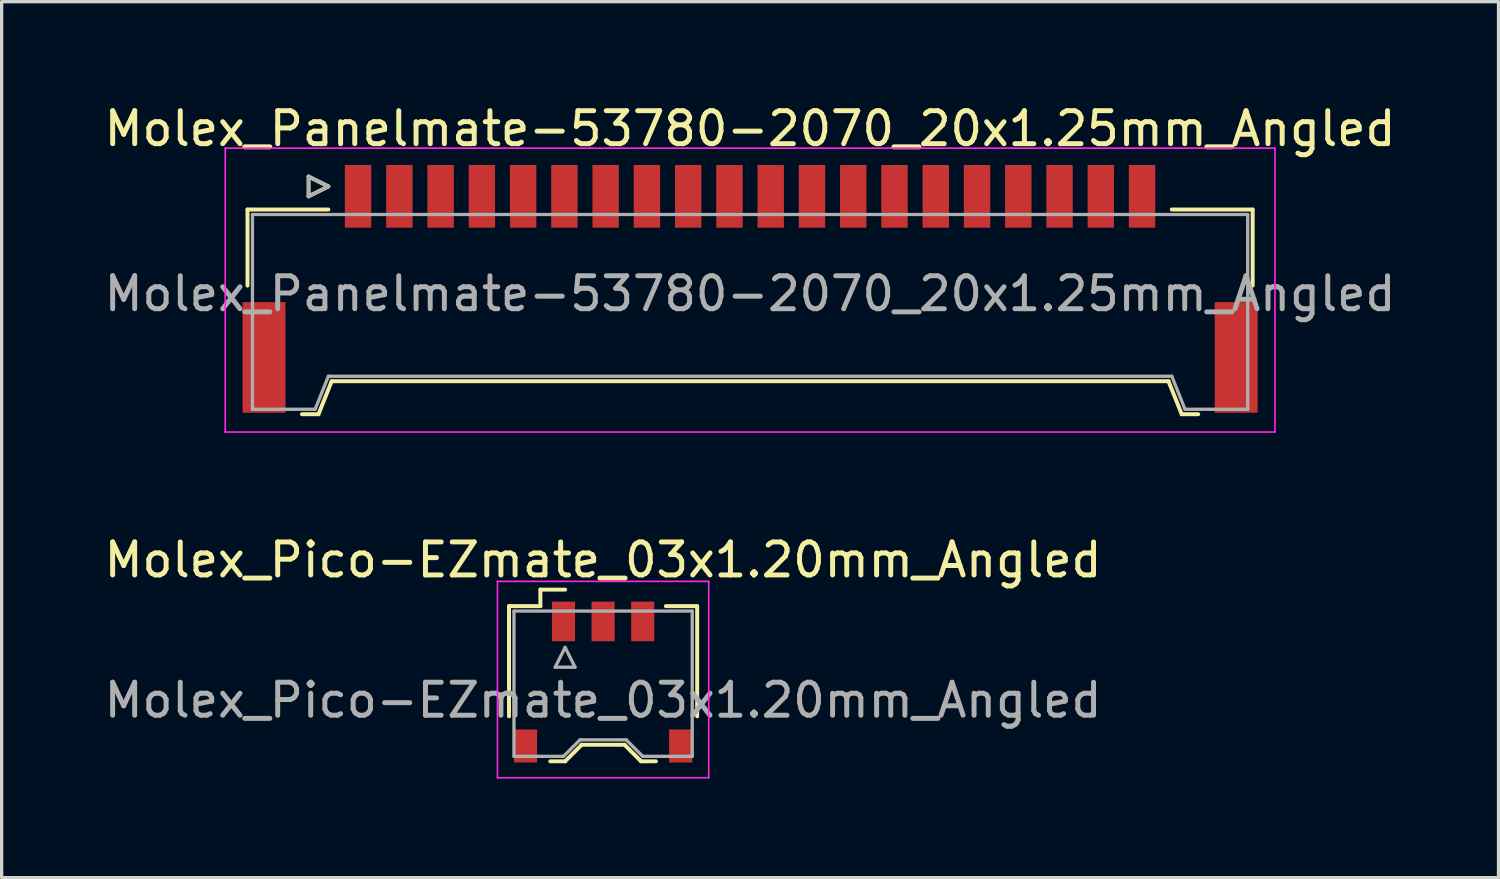
<source format=kicad_pcb>
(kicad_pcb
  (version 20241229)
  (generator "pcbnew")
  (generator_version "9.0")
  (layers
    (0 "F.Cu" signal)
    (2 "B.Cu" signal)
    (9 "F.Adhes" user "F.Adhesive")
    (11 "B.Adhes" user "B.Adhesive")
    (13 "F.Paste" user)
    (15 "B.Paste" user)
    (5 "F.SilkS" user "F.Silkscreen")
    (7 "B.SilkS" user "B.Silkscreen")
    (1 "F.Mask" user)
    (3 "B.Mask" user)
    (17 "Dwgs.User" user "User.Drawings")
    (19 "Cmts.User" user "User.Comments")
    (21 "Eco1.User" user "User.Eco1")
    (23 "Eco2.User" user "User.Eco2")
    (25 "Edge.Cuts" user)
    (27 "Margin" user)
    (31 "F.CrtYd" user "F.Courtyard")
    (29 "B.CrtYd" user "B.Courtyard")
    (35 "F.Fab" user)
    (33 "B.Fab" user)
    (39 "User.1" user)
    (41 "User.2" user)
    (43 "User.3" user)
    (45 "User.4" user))
  (footprint "Molex_Pico-EZmate_03x1.20mm_Angled"
    (layer "F.Cu")
    (at 15.22 17.662)
    (property "Reference" "Molex_Pico-EZmate_03x1.20mm_Angled" (at 0 -3.75 0) (layer "F.SilkS") (effects (font (size 1 1) (thickness 0.15))))
    (attr smd)
    (fp_line (start -2.85 -2.35) (end -2.85 0.988) (stroke (width 0.12) (type solid)) (layer "F.SilkS"))
    (fp_line (start -1.9 -2.85) (end -1.15 -2.85) (stroke (width 0.12) (type solid)) (layer "F.SilkS"))
    (fp_line (start -1.9 -2.35) (end -2.85 -2.35) (stroke (width 0.12) (type solid)) (layer "F.SilkS"))
    (fp_line (start -1.9 -2.35) (end -1.9 -2.85) (stroke (width 0.12) (type solid)) (layer "F.SilkS"))
    (fp_line (start -1.6 2.35) (end -1.15 2.35) (stroke (width 0.12) (type solid)) (layer "F.SilkS"))
    (fp_line (start -1.15 2.35) (end -0.65 1.85) (stroke (width 0.12) (type solid)) (layer "F.SilkS"))
    (fp_line (start -0.65 1.85) (end 0.65 1.85) (stroke (width 0.12) (type solid)) (layer "F.SilkS"))
    (fp_line (start 0.65 1.85) (end 1.15 2.35) (stroke (width 0.12) (type solid)) (layer "F.SilkS"))
    (fp_line (start 1.15 2.35) (end 1.6 2.35) (stroke (width 0.12) (type solid)) (layer "F.SilkS"))
    (fp_line (start 1.9 -2.35) (end 2.85 -2.35) (stroke (width 0.12) (type solid)) (layer "F.SilkS"))
    (fp_line (start 2.85 -2.35) (end 2.85 0.988) (stroke (width 0.12) (type solid)) (layer "F.SilkS"))
    (fp_line (start -3.2 -3.1) (end -3.2 2.85) (stroke (width 0.05) (type solid)) (layer "F.CrtYd"))
    (fp_line (start -3.2 2.85) (end 3.2 2.85) (stroke (width 0.05) (type solid)) (layer "F.CrtYd"))
    (fp_line (start 3.2 -3.1) (end -3.2 -3.1) (stroke (width 0.05) (type solid)) (layer "F.CrtYd"))
    (fp_line (start 3.2 2.85) (end 3.2 -3.1) (stroke (width 0.05) (type solid)) (layer "F.CrtYd"))
    (fp_line (start -2.7 -2.2) (end -2.7 2.2) (stroke (width 0.1) (type solid)) (layer "F.Fab"))
    (fp_line (start -2.7 2.2) (end -1.2 2.2) (stroke (width 0.1) (type solid)) (layer "F.Fab"))
    (fp_line (start -1.45 -0.5) (end -0.85 -0.5) (stroke (width 0.1) (type solid)) (layer "F.Fab"))
    (fp_line (start -1.2 2.2) (end -0.7 1.7) (stroke (width 0.1) (type solid)) (layer "F.Fab"))
    (fp_line (start -1.15 -1.1) (end -1.45 -0.5) (stroke (width 0.1) (type solid)) (layer "F.Fab"))
    (fp_line (start -0.85 -0.5) (end -1.15 -1.1) (stroke (width 0.1) (type solid)) (layer "F.Fab"))
    (fp_line (start -0.7 1.7) (end 0.7 1.7) (stroke (width 0.1) (type solid)) (layer "F.Fab"))
    (fp_line (start 0.7 1.7) (end 1.2 2.2) (stroke (width 0.1) (type solid)) (layer "F.Fab"))
    (fp_line (start 1.2 2.2) (end 2.7 2.2) (stroke (width 0.1) (type solid)) (layer "F.Fab"))
    (fp_line (start 2.7 -2.2) (end -2.7 -2.2) (stroke (width 0.1) (type solid)) (layer "F.Fab"))
    (fp_line (start 2.7 2.2) (end 2.7 -2.2) (stroke (width 0.1) (type solid)) (layer "F.Fab"))
    (fp_text user "${REFERENCE}" (at 0 0.5 0) (layer "F.Fab") (effects (font (size 1 1) (thickness 0.15))))
    (pad "" smd rect (at -2.35 1.887) (size 0.7 1) (layers "F.Cu" "F.Mask" "F.Paste"))
    (pad "" smd rect (at 2.35 1.887) (size 0.7 1) (layers "F.Cu" "F.Mask" "F.Paste"))
    (pad "1" smd rect (at -1.2 -1.887) (size 0.7 1.2) (layers "F.Cu" "F.Mask" "F.Paste"))
    (pad "2" smd rect (at 0 -1.887) (size 0.7 1.2) (layers "F.Cu" "F.Mask" "F.Paste"))
    (pad "3" smd rect (at 1.2 -1.887) (size 0.7 1.2) (layers "F.Cu" "F.Mask" "F.Paste")))
  (footprint "Molex_Panelmate-53780-2070_20x1.25mm_Angled"
    (layer "F.Cu")
    (at 19.673 5.338)
    (property "Reference" "Molex_Panelmate-53780-2070_20x1.25mm_Angled" (at 0 -4.49 0) (layer "F.SilkS") (effects (font (size 1 1) (thickness 0.15))))
    (attr smd)
    (fp_line (start -15.225 -2.04) (end -15.225 0.265) (stroke (width 0.12) (type solid)) (layer "F.SilkS"))
    (fp_line (start -13.575 4.16) (end -13.075 4.16) (stroke (width 0.12) (type solid)) (layer "F.SilkS"))
    (fp_line (start -13.375 -3.04) (end -13.375 -2.44) (stroke (width 0.12) (type solid)) (layer "F.SilkS"))
    (fp_line (start -13.375 -2.44) (end -12.775 -2.74) (stroke (width 0.12) (type solid)) (layer "F.SilkS"))
    (fp_line (start -13.075 4.16) (end -12.675 3.16) (stroke (width 0.12) (type solid)) (layer "F.SilkS"))
    (fp_line (start -12.775 -2.74) (end -13.375 -3.04) (stroke (width 0.12) (type solid)) (layer "F.SilkS"))
    (fp_line (start -12.775 -2.04) (end -15.225 -2.04) (stroke (width 0.12) (type solid)) (layer "F.SilkS"))
    (fp_line (start -12.675 3.16) (end 12.675 3.16) (stroke (width 0.12) (type solid)) (layer "F.SilkS"))
    (fp_line (start 12.675 3.16) (end 13.075 4.16) (stroke (width 0.12) (type solid)) (layer "F.SilkS"))
    (fp_line (start 12.775 -2.04) (end 15.225 -2.04) (stroke (width 0.12) (type solid)) (layer "F.SilkS"))
    (fp_line (start 13.075 4.16) (end 13.575 4.16) (stroke (width 0.12) (type solid)) (layer "F.SilkS"))
    (fp_line (start 15.225 -2.04) (end 15.225 0.265) (stroke (width 0.12) (type solid)) (layer "F.SilkS"))
    (fp_line (start -15.9 -3.9) (end -15.9 4.7) (stroke (width 0.05) (type solid)) (layer "F.CrtYd"))
    (fp_line (start -15.9 4.7) (end 15.9 4.7) (stroke (width 0.05) (type solid)) (layer "F.CrtYd"))
    (fp_line (start 15.9 -3.9) (end -15.9 -3.9) (stroke (width 0.05) (type solid)) (layer "F.CrtYd"))
    (fp_line (start 15.9 4.7) (end 15.9 -3.9) (stroke (width 0.05) (type solid)) (layer "F.CrtYd"))
    (fp_line (start -15.075 -1.89) (end -15.075 4.01) (stroke (width 0.1) (type solid)) (layer "F.Fab"))
    (fp_line (start -15.075 4.01) (end -13.175 4.01) (stroke (width 0.1) (type solid)) (layer "F.Fab"))
    (fp_line (start -13.375 -3.04) (end -13.375 -2.44) (stroke (width 0.1) (type solid)) (layer "F.Fab"))
    (fp_line (start -13.375 -2.44) (end -12.775 -2.74) (stroke (width 0.1) (type solid)) (layer "F.Fab"))
    (fp_line (start -13.175 4.01) (end -12.775 3.01) (stroke (width 0.1) (type solid)) (layer "F.Fab"))
    (fp_line (start -12.775 -2.74) (end -13.375 -3.04) (stroke (width 0.1) (type solid)) (layer "F.Fab"))
    (fp_line (start -12.775 3.01) (end 12.775 3.01) (stroke (width 0.1) (type solid)) (layer "F.Fab"))
    (fp_line (start 12.775 3.01) (end 13.175 4.01) (stroke (width 0.1) (type solid)) (layer "F.Fab"))
    (fp_line (start 13.175 4.01) (end 15.075 4.01) (stroke (width 0.1) (type solid)) (layer "F.Fab"))
    (fp_line (start 15.075 -1.89) (end -15.075 -1.89) (stroke (width 0.1) (type solid)) (layer "F.Fab"))
    (fp_line (start 15.075 4.01) (end 15.075 -1.89) (stroke (width 0.1) (type solid)) (layer "F.Fab"))
    (fp_text user "${REFERENCE}" (at 0 0.51 0) (layer "F.Fab") (effects (font (size 1 1) (thickness 0.15))))
    (pad "" smd rect (at -14.725 2.44) (size 1.3 3.35) (layers "F.Cu" "F.Mask" "F.Paste"))
    (pad "" smd rect (at 14.725 2.44) (size 1.3 3.35) (layers "F.Cu" "F.Mask" "F.Paste"))
    (pad "1" smd rect (at -11.875 -2.44) (size 0.8 1.9) (layers "F.Cu" "F.Mask" "F.Paste"))
    (pad "2" smd rect (at -10.625 -2.44) (size 0.8 1.9) (layers "F.Cu" "F.Mask" "F.Paste"))
    (pad "3" smd rect (at -9.375 -2.44) (size 0.8 1.9) (layers "F.Cu" "F.Mask" "F.Paste"))
    (pad "4" smd rect (at -8.125 -2.44) (size 0.8 1.9) (layers "F.Cu" "F.Mask" "F.Paste"))
    (pad "5" smd rect (at -6.875 -2.44) (size 0.8 1.9) (layers "F.Cu" "F.Mask" "F.Paste"))
    (pad "6" smd rect (at -5.625 -2.44) (size 0.8 1.9) (layers "F.Cu" "F.Mask" "F.Paste"))
    (pad "7" smd rect (at -4.375 -2.44) (size 0.8 1.9) (layers "F.Cu" "F.Mask" "F.Paste"))
    (pad "8" smd rect (at -3.125 -2.44) (size 0.8 1.9) (layers "F.Cu" "F.Mask" "F.Paste"))
    (pad "9" smd rect (at -1.875 -2.44) (size 0.8 1.9) (layers "F.Cu" "F.Mask" "F.Paste"))
    (pad "10" smd rect (at -0.625 -2.44) (size 0.8 1.9) (layers "F.Cu" "F.Mask" "F.Paste"))
    (pad "11" smd rect (at 0.625 -2.44) (size 0.8 1.9) (layers "F.Cu" "F.Mask" "F.Paste"))
    (pad "12" smd rect (at 1.875 -2.44) (size 0.8 1.9) (layers "F.Cu" "F.Mask" "F.Paste"))
    (pad "13" smd rect (at 3.125 -2.44) (size 0.8 1.9) (layers "F.Cu" "F.Mask" "F.Paste"))
    (pad "14" smd rect (at 4.375 -2.44) (size 0.8 1.9) (layers "F.Cu" "F.Mask" "F.Paste"))
    (pad "15" smd rect (at 5.625 -2.44) (size 0.8 1.9) (layers "F.Cu" "F.Mask" "F.Paste"))
    (pad "16" smd rect (at 6.875 -2.44) (size 0.8 1.9) (layers "F.Cu" "F.Mask" "F.Paste"))
    (pad "17" smd rect (at 8.125 -2.44) (size 0.8 1.9) (layers "F.Cu" "F.Mask" "F.Paste"))
    (pad "18" smd rect (at 9.375 -2.44) (size 0.8 1.9) (layers "F.Cu" "F.Mask" "F.Paste"))
    (pad "19" smd rect (at 10.625 -2.44) (size 0.8 1.9) (layers "F.Cu" "F.Mask" "F.Paste"))
    (pad "20" smd rect (at 11.875 -2.44) (size 0.8 1.9) (layers "F.Cu" "F.Mask" "F.Paste")))
  (gr_rect
    (start -3 -3)
    (end 42.345 23.537)
    (stroke (width 0.1) (type default))
    (fill no)
    (layer "Edge.Cuts")))
</source>
